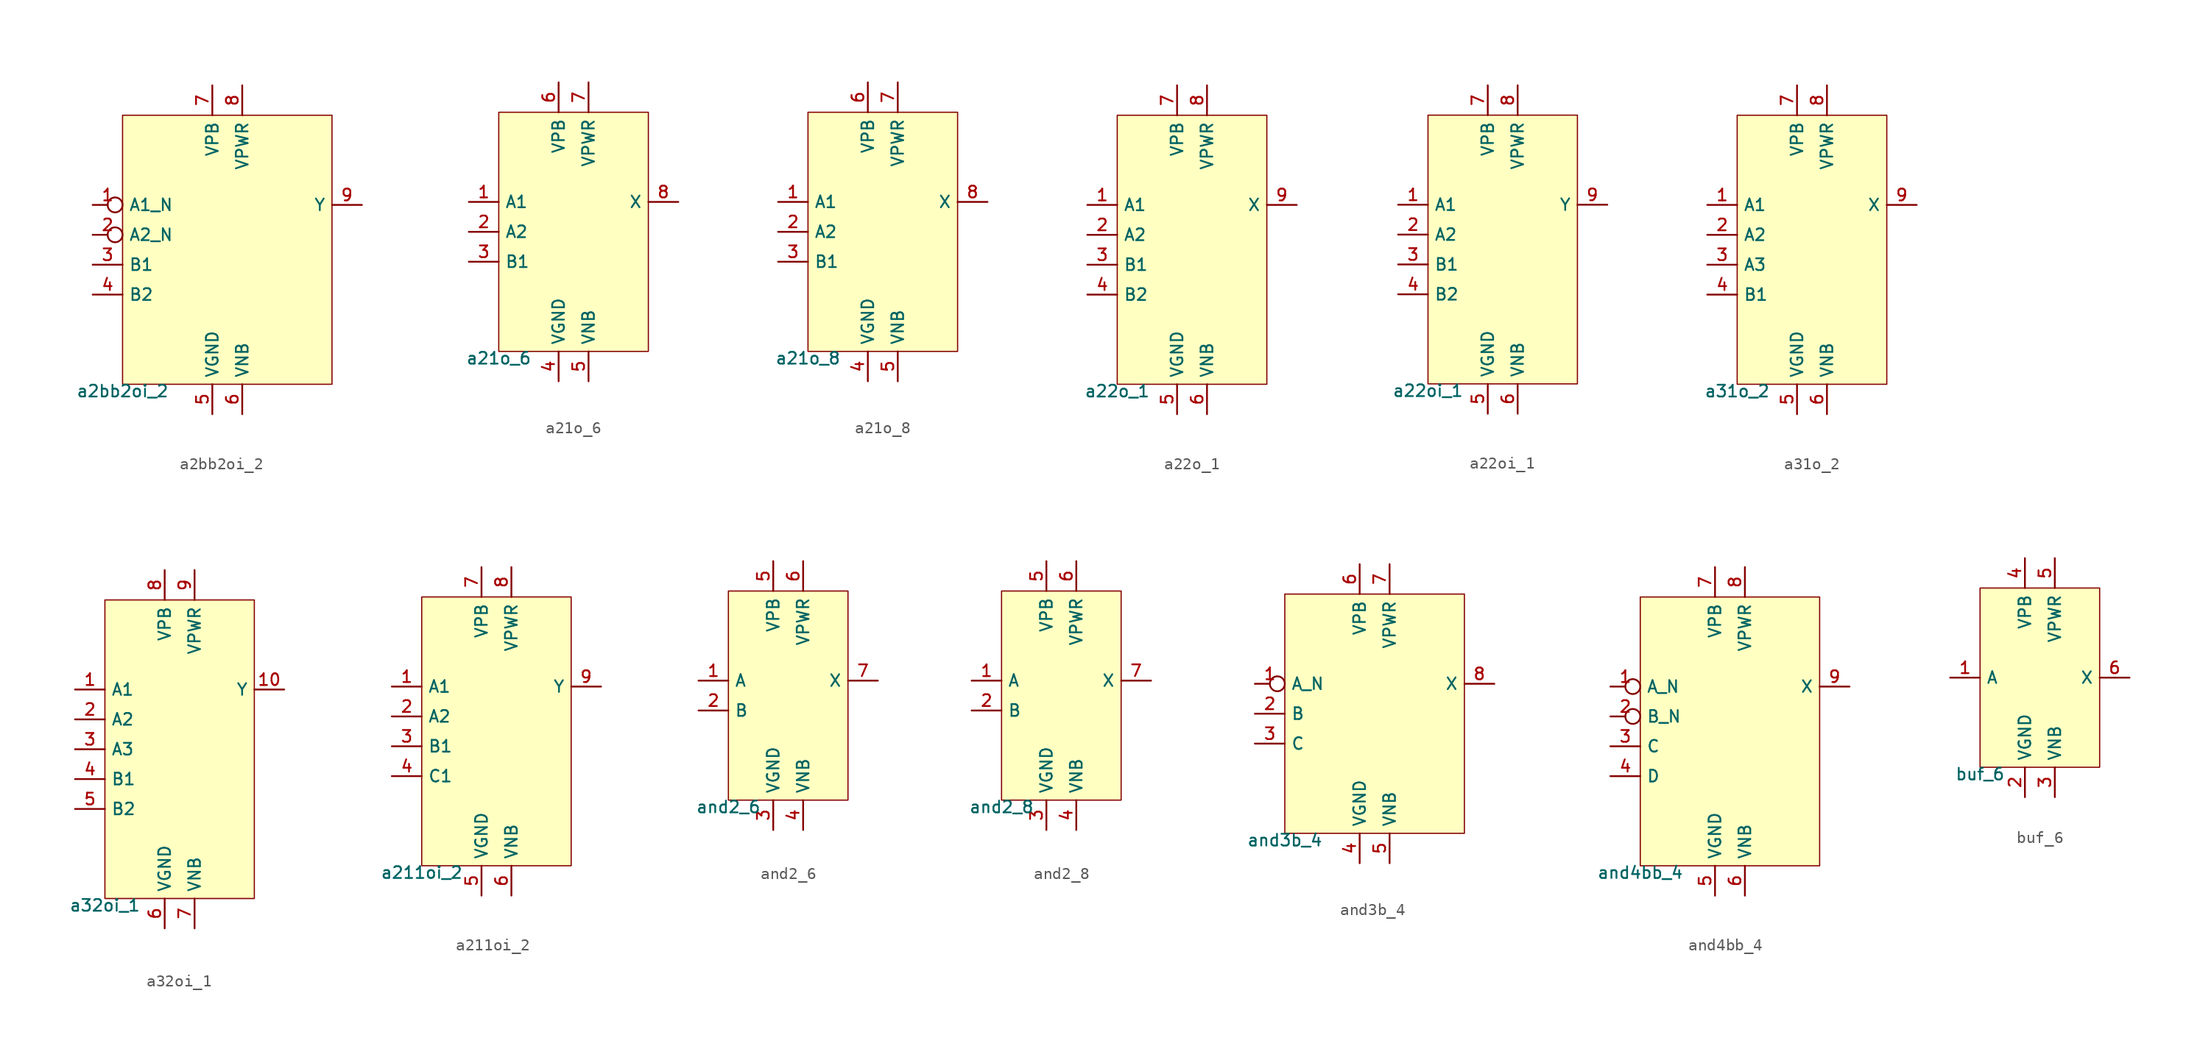
<source format=kicad_sym>
(kicad_symbol_lib
  (version 20211014)
  (generator pdk2kicad)
  (symbol "a2bb2oi_2"
    (property "Reference" "X"
      (at 0 0 0)
      (effects (font (size 1 1)) hide))
    (property "Value" "a2bb2oi_2"
      (at -8.89 -11.43 0)
      (effects (font (size 1 1)) (justify top)))
    (rectangle
      (start -8.89 -11.43)
      (end 8.89 11.43)
      (stroke (width 0.1) (type solid) (color 0 0 0 0))
      (fill (type background)))
    (pin input inverted
      (at -11.43 3.81 0)
      (length 2.54)
      (name "A1_N" (effects (font (size 1 1)) hide))
      (number "1" (effects (font (size 1 1)) hide)))
    (pin input inverted
      (at -11.43 1.27 0)
      (length 2.54)
      (name "A2_N" (effects (font (size 1 1)) hide))
      (number "2" (effects (font (size 1 1)) hide)))
    (pin input line
      (at -11.43 -1.27 0)
      (length 2.54)
      (name "B1" (effects (font (size 1 1)) hide))
      (number "3" (effects (font (size 1 1)) hide)))
    (pin input line
      (at -11.43 -3.81 0)
      (length 2.54)
      (name "B2" (effects (font (size 1 1)) hide))
      (number "4" (effects (font (size 1 1)) hide)))
    (pin power_in line
      (at -1.27 -13.97 90)
      (length 2.54)
      (name "VGND" (effects (font (size 1 1)) hide))
      (number "5" (effects (font (size 1 1)) hide)))
    (pin power_in line
      (at 1.27 -13.97 90)
      (length 2.54)
      (name "VNB" (effects (font (size 1 1)) hide))
      (number "6" (effects (font (size 1 1)) hide)))
    (pin power_in line
      (at -1.27 13.97 270)
      (length 2.54)
      (name "VPB" (effects (font (size 1 1)) hide))
      (number "7" (effects (font (size 1 1)) hide)))
    (pin power_in line
      (at 1.27 13.97 270)
      (length 2.54)
      (name "VPWR" (effects (font (size 1 1)) hide))
      (number "8" (effects (font (size 1 1)) hide)))
    (pin output line
      (at 11.43 3.81 180)
      (length 2.54)
      (name "Y" (effects (font (size 1 1)) hide))
      (number "9" (effects (font (size 1 1)) hide))))
  (symbol "a21o_6"
    (property "Reference" "X"
      (at 0 0 0)
      (effects (font (size 1 1)) hide))
    (property "Value" "a21o_6"
      (at -6.35 -10.16 0)
      (effects (font (size 1 1)) (justify top)))
    (rectangle
      (start -6.35 -10.16)
      (end 6.35 10.16)
      (stroke (width 0.1) (type solid) (color 0 0 0 0))
      (fill (type background)))
    (pin input line
      (at -8.89 2.54 0)
      (length 2.54)
      (name "A1" (effects (font (size 1 1)) hide))
      (number "1" (effects (font (size 1 1)) hide)))
    (pin input line
      (at -8.89 0.0 0)
      (length 2.54)
      (name "A2" (effects (font (size 1 1)) hide))
      (number "2" (effects (font (size 1 1)) hide)))
    (pin input line
      (at -8.89 -2.54 0)
      (length 2.54)
      (name "B1" (effects (font (size 1 1)) hide))
      (number "3" (effects (font (size 1 1)) hide)))
    (pin power_in line
      (at -1.27 -12.7 90)
      (length 2.54)
      (name "VGND" (effects (font (size 1 1)) hide))
      (number "4" (effects (font (size 1 1)) hide)))
    (pin power_in line
      (at 1.27 -12.7 90)
      (length 2.54)
      (name "VNB" (effects (font (size 1 1)) hide))
      (number "5" (effects (font (size 1 1)) hide)))
    (pin power_in line
      (at -1.27 12.7 270)
      (length 2.54)
      (name "VPB" (effects (font (size 1 1)) hide))
      (number "6" (effects (font (size 1 1)) hide)))
    (pin power_in line
      (at 1.27 12.7 270)
      (length 2.54)
      (name "VPWR" (effects (font (size 1 1)) hide))
      (number "7" (effects (font (size 1 1)) hide)))
    (pin output line
      (at 8.89 2.54 180)
      (length 2.54)
      (name "X" (effects (font (size 1 1)) hide))
      (number "8" (effects (font (size 1 1)) hide))))
  (symbol "a21o_8"
    (property "Reference" "X"
      (at 0 0 0)
      (effects (font (size 1 1)) hide))
    (property "Value" "a21o_8"
      (at -6.35 -10.16 0)
      (effects (font (size 1 1)) (justify top)))
    (rectangle
      (start -6.35 -10.16)
      (end 6.35 10.16)
      (stroke (width 0.1) (type solid) (color 0 0 0 0))
      (fill (type background)))
    (pin input line
      (at -8.89 2.54 0)
      (length 2.54)
      (name "A1" (effects (font (size 1 1)) hide))
      (number "1" (effects (font (size 1 1)) hide)))
    (pin input line
      (at -8.89 0.0 0)
      (length 2.54)
      (name "A2" (effects (font (size 1 1)) hide))
      (number "2" (effects (font (size 1 1)) hide)))
    (pin input line
      (at -8.89 -2.54 0)
      (length 2.54)
      (name "B1" (effects (font (size 1 1)) hide))
      (number "3" (effects (font (size 1 1)) hide)))
    (pin power_in line
      (at -1.27 -12.7 90)
      (length 2.54)
      (name "VGND" (effects (font (size 1 1)) hide))
      (number "4" (effects (font (size 1 1)) hide)))
    (pin power_in line
      (at 1.27 -12.7 90)
      (length 2.54)
      (name "VNB" (effects (font (size 1 1)) hide))
      (number "5" (effects (font (size 1 1)) hide)))
    (pin power_in line
      (at -1.27 12.7 270)
      (length 2.54)
      (name "VPB" (effects (font (size 1 1)) hide))
      (number "6" (effects (font (size 1 1)) hide)))
    (pin power_in line
      (at 1.27 12.7 270)
      (length 2.54)
      (name "VPWR" (effects (font (size 1 1)) hide))
      (number "7" (effects (font (size 1 1)) hide)))
    (pin output line
      (at 8.89 2.54 180)
      (length 2.54)
      (name "X" (effects (font (size 1 1)) hide))
      (number "8" (effects (font (size 1 1)) hide))))
  (symbol "a22o_1"
    (property "Reference" "X"
      (at 0 0 0)
      (effects (font (size 1 1)) hide))
    (property "Value" "a22o_1"
      (at -6.35 -11.43 0)
      (effects (font (size 1 1)) (justify top)))
    (rectangle
      (start -6.35 -11.43)
      (end 6.35 11.43)
      (stroke (width 0.1) (type solid) (color 0 0 0 0))
      (fill (type background)))
    (pin input line
      (at -8.89 3.81 0)
      (length 2.54)
      (name "A1" (effects (font (size 1 1)) hide))
      (number "1" (effects (font (size 1 1)) hide)))
    (pin input line
      (at -8.89 1.27 0)
      (length 2.54)
      (name "A2" (effects (font (size 1 1)) hide))
      (number "2" (effects (font (size 1 1)) hide)))
    (pin input line
      (at -8.89 -1.27 0)
      (length 2.54)
      (name "B1" (effects (font (size 1 1)) hide))
      (number "3" (effects (font (size 1 1)) hide)))
    (pin input line
      (at -8.89 -3.81 0)
      (length 2.54)
      (name "B2" (effects (font (size 1 1)) hide))
      (number "4" (effects (font (size 1 1)) hide)))
    (pin power_in line
      (at -1.27 -13.97 90)
      (length 2.54)
      (name "VGND" (effects (font (size 1 1)) hide))
      (number "5" (effects (font (size 1 1)) hide)))
    (pin power_in line
      (at 1.27 -13.97 90)
      (length 2.54)
      (name "VNB" (effects (font (size 1 1)) hide))
      (number "6" (effects (font (size 1 1)) hide)))
    (pin power_in line
      (at -1.27 13.97 270)
      (length 2.54)
      (name "VPB" (effects (font (size 1 1)) hide))
      (number "7" (effects (font (size 1 1)) hide)))
    (pin power_in line
      (at 1.27 13.97 270)
      (length 2.54)
      (name "VPWR" (effects (font (size 1 1)) hide))
      (number "8" (effects (font (size 1 1)) hide)))
    (pin output line
      (at 8.89 3.81 180)
      (length 2.54)
      (name "X" (effects (font (size 1 1)) hide))
      (number "9" (effects (font (size 1 1)) hide))))
  (symbol "a22oi_1"
    (property "Reference" "X"
      (at 0 0 0)
      (effects (font (size 1 1)) hide))
    (property "Value" "a22oi_1"
      (at -6.35 -11.43 0)
      (effects (font (size 1 1)) (justify top)))
    (rectangle
      (start -6.35 -11.43)
      (end 6.35 11.43)
      (stroke (width 0.1) (type solid) (color 0 0 0 0))
      (fill (type background)))
    (pin input line
      (at -8.89 3.81 0)
      (length 2.54)
      (name "A1" (effects (font (size 1 1)) hide))
      (number "1" (effects (font (size 1 1)) hide)))
    (pin input line
      (at -8.89 1.27 0)
      (length 2.54)
      (name "A2" (effects (font (size 1 1)) hide))
      (number "2" (effects (font (size 1 1)) hide)))
    (pin input line
      (at -8.89 -1.27 0)
      (length 2.54)
      (name "B1" (effects (font (size 1 1)) hide))
      (number "3" (effects (font (size 1 1)) hide)))
    (pin input line
      (at -8.89 -3.81 0)
      (length 2.54)
      (name "B2" (effects (font (size 1 1)) hide))
      (number "4" (effects (font (size 1 1)) hide)))
    (pin power_in line
      (at -1.27 -13.97 90)
      (length 2.54)
      (name "VGND" (effects (font (size 1 1)) hide))
      (number "5" (effects (font (size 1 1)) hide)))
    (pin power_in line
      (at 1.27 -13.97 90)
      (length 2.54)
      (name "VNB" (effects (font (size 1 1)) hide))
      (number "6" (effects (font (size 1 1)) hide)))
    (pin power_in line
      (at -1.27 13.97 270)
      (length 2.54)
      (name "VPB" (effects (font (size 1 1)) hide))
      (number "7" (effects (font (size 1 1)) hide)))
    (pin power_in line
      (at 1.27 13.97 270)
      (length 2.54)
      (name "VPWR" (effects (font (size 1 1)) hide))
      (number "8" (effects (font (size 1 1)) hide)))
    (pin output line
      (at 8.89 3.81 180)
      (length 2.54)
      (name "Y" (effects (font (size 1 1)) hide))
      (number "9" (effects (font (size 1 1)) hide))))
  (symbol "a31o_2"
    (property "Reference" "X"
      (at 0 0 0)
      (effects (font (size 1 1)) hide))
    (property "Value" "a31o_2"
      (at -6.35 -11.43 0)
      (effects (font (size 1 1)) (justify top)))
    (rectangle
      (start -6.35 -11.43)
      (end 6.35 11.43)
      (stroke (width 0.1) (type solid) (color 0 0 0 0))
      (fill (type background)))
    (pin input line
      (at -8.89 3.81 0)
      (length 2.54)
      (name "A1" (effects (font (size 1 1)) hide))
      (number "1" (effects (font (size 1 1)) hide)))
    (pin input line
      (at -8.89 1.27 0)
      (length 2.54)
      (name "A2" (effects (font (size 1 1)) hide))
      (number "2" (effects (font (size 1 1)) hide)))
    (pin input line
      (at -8.89 -1.27 0)
      (length 2.54)
      (name "A3" (effects (font (size 1 1)) hide))
      (number "3" (effects (font (size 1 1)) hide)))
    (pin input line
      (at -8.89 -3.81 0)
      (length 2.54)
      (name "B1" (effects (font (size 1 1)) hide))
      (number "4" (effects (font (size 1 1)) hide)))
    (pin power_in line
      (at -1.27 -13.97 90)
      (length 2.54)
      (name "VGND" (effects (font (size 1 1)) hide))
      (number "5" (effects (font (size 1 1)) hide)))
    (pin power_in line
      (at 1.27 -13.97 90)
      (length 2.54)
      (name "VNB" (effects (font (size 1 1)) hide))
      (number "6" (effects (font (size 1 1)) hide)))
    (pin power_in line
      (at -1.27 13.97 270)
      (length 2.54)
      (name "VPB" (effects (font (size 1 1)) hide))
      (number "7" (effects (font (size 1 1)) hide)))
    (pin power_in line
      (at 1.27 13.97 270)
      (length 2.54)
      (name "VPWR" (effects (font (size 1 1)) hide))
      (number "8" (effects (font (size 1 1)) hide)))
    (pin output line
      (at 8.89 3.81 180)
      (length 2.54)
      (name "X" (effects (font (size 1 1)) hide))
      (number "9" (effects (font (size 1 1)) hide))))
  (symbol "a32oi_1"
    (property "Reference" "X"
      (at 0 0 0)
      (effects (font (size 1 1)) hide))
    (property "Value" "a32oi_1"
      (at -6.35 -12.7 0)
      (effects (font (size 1 1)) (justify top)))
    (rectangle
      (start -6.35 -12.7)
      (end 6.35 12.7)
      (stroke (width 0.1) (type solid) (color 0 0 0 0))
      (fill (type background)))
    (pin input line
      (at -8.89 5.08 0)
      (length 2.54)
      (name "A1" (effects (font (size 1 1)) hide))
      (number "1" (effects (font (size 1 1)) hide)))
    (pin input line
      (at -8.89 2.54 0)
      (length 2.54)
      (name "A2" (effects (font (size 1 1)) hide))
      (number "2" (effects (font (size 1 1)) hide)))
    (pin input line
      (at -8.89 -8.881784197001252e-16 0)
      (length 2.54)
      (name "A3" (effects (font (size 1 1)) hide))
      (number "3" (effects (font (size 1 1)) hide)))
    (pin input line
      (at -8.89 -2.54 0)
      (length 2.54)
      (name "B1" (effects (font (size 1 1)) hide))
      (number "4" (effects (font (size 1 1)) hide)))
    (pin input line
      (at -8.89 -5.08 0)
      (length 2.54)
      (name "B2" (effects (font (size 1 1)) hide))
      (number "5" (effects (font (size 1 1)) hide)))
    (pin power_in line
      (at -1.27 -15.24 90)
      (length 2.54)
      (name "VGND" (effects (font (size 1 1)) hide))
      (number "6" (effects (font (size 1 1)) hide)))
    (pin power_in line
      (at 1.27 -15.24 90)
      (length 2.54)
      (name "VNB" (effects (font (size 1 1)) hide))
      (number "7" (effects (font (size 1 1)) hide)))
    (pin power_in line
      (at -1.27 15.24 270)
      (length 2.54)
      (name "VPB" (effects (font (size 1 1)) hide))
      (number "8" (effects (font (size 1 1)) hide)))
    (pin power_in line
      (at 1.27 15.24 270)
      (length 2.54)
      (name "VPWR" (effects (font (size 1 1)) hide))
      (number "9" (effects (font (size 1 1)) hide)))
    (pin output line
      (at 8.89 5.08 180)
      (length 2.54)
      (name "Y" (effects (font (size 1 1)) hide))
      (number "10" (effects (font (size 1 1)) hide))))
  (symbol "a211oi_2"
    (property "Reference" "X"
      (at 0 0 0)
      (effects (font (size 1 1)) hide))
    (property "Value" "a211oi_2"
      (at -6.35 -11.43 0)
      (effects (font (size 1 1)) (justify top)))
    (rectangle
      (start -6.35 -11.43)
      (end 6.35 11.43)
      (stroke (width 0.1) (type solid) (color 0 0 0 0))
      (fill (type background)))
    (pin input line
      (at -8.89 3.81 0)
      (length 2.54)
      (name "A1" (effects (font (size 1 1)) hide))
      (number "1" (effects (font (size 1 1)) hide)))
    (pin input line
      (at -8.89 1.27 0)
      (length 2.54)
      (name "A2" (effects (font (size 1 1)) hide))
      (number "2" (effects (font (size 1 1)) hide)))
    (pin input line
      (at -8.89 -1.27 0)
      (length 2.54)
      (name "B1" (effects (font (size 1 1)) hide))
      (number "3" (effects (font (size 1 1)) hide)))
    (pin input line
      (at -8.89 -3.81 0)
      (length 2.54)
      (name "C1" (effects (font (size 1 1)) hide))
      (number "4" (effects (font (size 1 1)) hide)))
    (pin power_in line
      (at -1.27 -13.97 90)
      (length 2.54)
      (name "VGND" (effects (font (size 1 1)) hide))
      (number "5" (effects (font (size 1 1)) hide)))
    (pin power_in line
      (at 1.27 -13.97 90)
      (length 2.54)
      (name "VNB" (effects (font (size 1 1)) hide))
      (number "6" (effects (font (size 1 1)) hide)))
    (pin power_in line
      (at -1.27 13.97 270)
      (length 2.54)
      (name "VPB" (effects (font (size 1 1)) hide))
      (number "7" (effects (font (size 1 1)) hide)))
    (pin power_in line
      (at 1.27 13.97 270)
      (length 2.54)
      (name "VPWR" (effects (font (size 1 1)) hide))
      (number "8" (effects (font (size 1 1)) hide)))
    (pin output line
      (at 8.89 3.81 180)
      (length 2.54)
      (name "Y" (effects (font (size 1 1)) hide))
      (number "9" (effects (font (size 1 1)) hide))))
  (symbol "and2_6"
    (property "Reference" "X"
      (at 0 0 0)
      (effects (font (size 1 1)) hide))
    (property "Value" "and2_6"
      (at -5.08 -8.89 0)
      (effects (font (size 1 1)) (justify top)))
    (rectangle
      (start -5.08 -8.89)
      (end 5.08 8.89)
      (stroke (width 0.1) (type solid) (color 0 0 0 0))
      (fill (type background)))
    (pin input line
      (at -7.62 1.27 0)
      (length 2.54)
      (name "A" (effects (font (size 1 1)) hide))
      (number "1" (effects (font (size 1 1)) hide)))
    (pin input line
      (at -7.62 -1.27 0)
      (length 2.54)
      (name "B" (effects (font (size 1 1)) hide))
      (number "2" (effects (font (size 1 1)) hide)))
    (pin power_in line
      (at -1.27 -11.43 90)
      (length 2.54)
      (name "VGND" (effects (font (size 1 1)) hide))
      (number "3" (effects (font (size 1 1)) hide)))
    (pin power_in line
      (at 1.27 -11.43 90)
      (length 2.54)
      (name "VNB" (effects (font (size 1 1)) hide))
      (number "4" (effects (font (size 1 1)) hide)))
    (pin power_in line
      (at -1.27 11.43 270)
      (length 2.54)
      (name "VPB" (effects (font (size 1 1)) hide))
      (number "5" (effects (font (size 1 1)) hide)))
    (pin power_in line
      (at 1.27 11.43 270)
      (length 2.54)
      (name "VPWR" (effects (font (size 1 1)) hide))
      (number "6" (effects (font (size 1 1)) hide)))
    (pin output line
      (at 7.62 1.27 180)
      (length 2.54)
      (name "X" (effects (font (size 1 1)) hide))
      (number "7" (effects (font (size 1 1)) hide))))
  (symbol "and2_8"
    (property "Reference" "X"
      (at 0 0 0)
      (effects (font (size 1 1)) hide))
    (property "Value" "and2_8"
      (at -5.08 -8.89 0)
      (effects (font (size 1 1)) (justify top)))
    (rectangle
      (start -5.08 -8.89)
      (end 5.08 8.89)
      (stroke (width 0.1) (type solid) (color 0 0 0 0))
      (fill (type background)))
    (pin input line
      (at -7.62 1.27 0)
      (length 2.54)
      (name "A" (effects (font (size 1 1)) hide))
      (number "1" (effects (font (size 1 1)) hide)))
    (pin input line
      (at -7.62 -1.27 0)
      (length 2.54)
      (name "B" (effects (font (size 1 1)) hide))
      (number "2" (effects (font (size 1 1)) hide)))
    (pin power_in line
      (at -1.27 -11.43 90)
      (length 2.54)
      (name "VGND" (effects (font (size 1 1)) hide))
      (number "3" (effects (font (size 1 1)) hide)))
    (pin power_in line
      (at 1.27 -11.43 90)
      (length 2.54)
      (name "VNB" (effects (font (size 1 1)) hide))
      (number "4" (effects (font (size 1 1)) hide)))
    (pin power_in line
      (at -1.27 11.43 270)
      (length 2.54)
      (name "VPB" (effects (font (size 1 1)) hide))
      (number "5" (effects (font (size 1 1)) hide)))
    (pin power_in line
      (at 1.27 11.43 270)
      (length 2.54)
      (name "VPWR" (effects (font (size 1 1)) hide))
      (number "6" (effects (font (size 1 1)) hide)))
    (pin output line
      (at 7.62 1.27 180)
      (length 2.54)
      (name "X" (effects (font (size 1 1)) hide))
      (number "7" (effects (font (size 1 1)) hide))))
  (symbol "and3b_4"
    (property "Reference" "X"
      (at 0 0 0)
      (effects (font (size 1 1)) hide))
    (property "Value" "and3b_4"
      (at -7.62 -10.16 0)
      (effects (font (size 1 1)) (justify top)))
    (rectangle
      (start -7.62 -10.16)
      (end 7.62 10.16)
      (stroke (width 0.1) (type solid) (color 0 0 0 0))
      (fill (type background)))
    (pin input inverted
      (at -10.16 2.54 0)
      (length 2.54)
      (name "A_N" (effects (font (size 1 1)) hide))
      (number "1" (effects (font (size 1 1)) hide)))
    (pin input line
      (at -10.16 0.0 0)
      (length 2.54)
      (name "B" (effects (font (size 1 1)) hide))
      (number "2" (effects (font (size 1 1)) hide)))
    (pin input line
      (at -10.16 -2.54 0)
      (length 2.54)
      (name "C" (effects (font (size 1 1)) hide))
      (number "3" (effects (font (size 1 1)) hide)))
    (pin power_in line
      (at -1.27 -12.7 90)
      (length 2.54)
      (name "VGND" (effects (font (size 1 1)) hide))
      (number "4" (effects (font (size 1 1)) hide)))
    (pin power_in line
      (at 1.27 -12.7 90)
      (length 2.54)
      (name "VNB" (effects (font (size 1 1)) hide))
      (number "5" (effects (font (size 1 1)) hide)))
    (pin power_in line
      (at -1.27 12.7 270)
      (length 2.54)
      (name "VPB" (effects (font (size 1 1)) hide))
      (number "6" (effects (font (size 1 1)) hide)))
    (pin power_in line
      (at 1.27 12.7 270)
      (length 2.54)
      (name "VPWR" (effects (font (size 1 1)) hide))
      (number "7" (effects (font (size 1 1)) hide)))
    (pin output line
      (at 10.16 2.54 180)
      (length 2.54)
      (name "X" (effects (font (size 1 1)) hide))
      (number "8" (effects (font (size 1 1)) hide))))
  (symbol "and4bb_4"
    (property "Reference" "X"
      (at 0 0 0)
      (effects (font (size 1 1)) hide))
    (property "Value" "and4bb_4"
      (at -7.62 -11.43 0)
      (effects (font (size 1 1)) (justify top)))
    (rectangle
      (start -7.62 -11.43)
      (end 7.62 11.43)
      (stroke (width 0.1) (type solid) (color 0 0 0 0))
      (fill (type background)))
    (pin input inverted
      (at -10.16 3.81 0)
      (length 2.54)
      (name "A_N" (effects (font (size 1 1)) hide))
      (number "1" (effects (font (size 1 1)) hide)))
    (pin input inverted
      (at -10.16 1.27 0)
      (length 2.54)
      (name "B_N" (effects (font (size 1 1)) hide))
      (number "2" (effects (font (size 1 1)) hide)))
    (pin input line
      (at -10.16 -1.27 0)
      (length 2.54)
      (name "C" (effects (font (size 1 1)) hide))
      (number "3" (effects (font (size 1 1)) hide)))
    (pin input line
      (at -10.16 -3.81 0)
      (length 2.54)
      (name "D" (effects (font (size 1 1)) hide))
      (number "4" (effects (font (size 1 1)) hide)))
    (pin power_in line
      (at -1.27 -13.97 90)
      (length 2.54)
      (name "VGND" (effects (font (size 1 1)) hide))
      (number "5" (effects (font (size 1 1)) hide)))
    (pin power_in line
      (at 1.27 -13.97 90)
      (length 2.54)
      (name "VNB" (effects (font (size 1 1)) hide))
      (number "6" (effects (font (size 1 1)) hide)))
    (pin power_in line
      (at -1.27 13.97 270)
      (length 2.54)
      (name "VPB" (effects (font (size 1 1)) hide))
      (number "7" (effects (font (size 1 1)) hide)))
    (pin power_in line
      (at 1.27 13.97 270)
      (length 2.54)
      (name "VPWR" (effects (font (size 1 1)) hide))
      (number "8" (effects (font (size 1 1)) hide)))
    (pin output line
      (at 10.16 3.81 180)
      (length 2.54)
      (name "X" (effects (font (size 1 1)) hide))
      (number "9" (effects (font (size 1 1)) hide))))
  (symbol "buf_6"
    (property "Reference" "X"
      (at 0 0 0)
      (effects (font (size 1 1)) hide))
    (property "Value" "buf_6"
      (at -5.08 -7.62 0)
      (effects (font (size 1 1)) (justify top)))
    (rectangle
      (start -5.08 -7.62)
      (end 5.08 7.62)
      (stroke (width 0.1) (type solid) (color 0 0 0 0))
      (fill (type background)))
    (pin input line
      (at -7.62 0.0 0)
      (length 2.54)
      (name "A" (effects (font (size 1 1)) hide))
      (number "1" (effects (font (size 1 1)) hide)))
    (pin power_in line
      (at -1.27 -10.16 90)
      (length 2.54)
      (name "VGND" (effects (font (size 1 1)) hide))
      (number "2" (effects (font (size 1 1)) hide)))
    (pin power_in line
      (at 1.27 -10.16 90)
      (length 2.54)
      (name "VNB" (effects (font (size 1 1)) hide))
      (number "3" (effects (font (size 1 1)) hide)))
    (pin power_in line
      (at -1.27 10.16 270)
      (length 2.54)
      (name "VPB" (effects (font (size 1 1)) hide))
      (number "4" (effects (font (size 1 1)) hide)))
    (pin power_in line
      (at 1.27 10.16 270)
      (length 2.54)
      (name "VPWR" (effects (font (size 1 1)) hide))
      (number "5" (effects (font (size 1 1)) hide)))
    (pin output line
      (at 7.62 0.0 180)
      (length 2.54)
      (name "X" (effects (font (size 1 1)) hide))
      (number "6" (effects (font (size 1 1)) hide)))))
</source>
